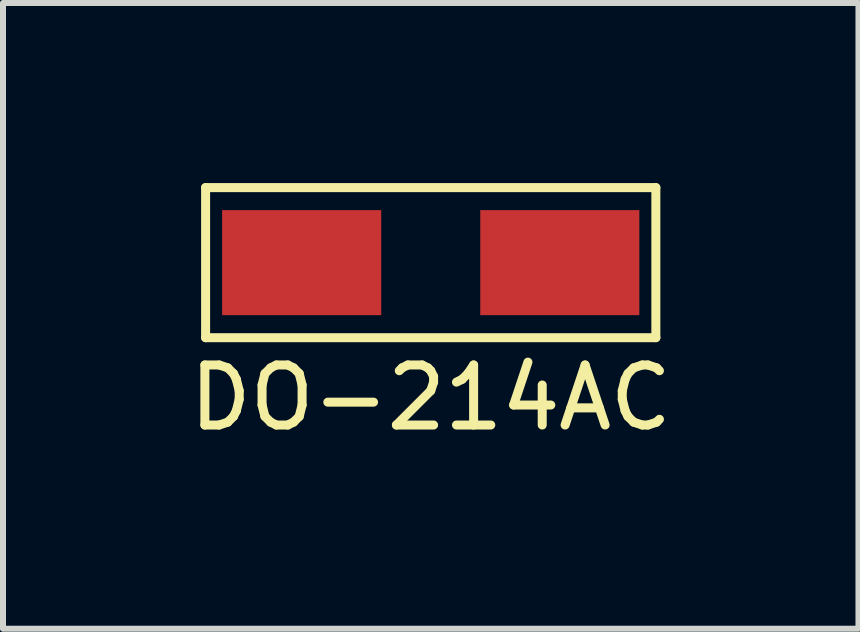
<source format=kicad_pcb>
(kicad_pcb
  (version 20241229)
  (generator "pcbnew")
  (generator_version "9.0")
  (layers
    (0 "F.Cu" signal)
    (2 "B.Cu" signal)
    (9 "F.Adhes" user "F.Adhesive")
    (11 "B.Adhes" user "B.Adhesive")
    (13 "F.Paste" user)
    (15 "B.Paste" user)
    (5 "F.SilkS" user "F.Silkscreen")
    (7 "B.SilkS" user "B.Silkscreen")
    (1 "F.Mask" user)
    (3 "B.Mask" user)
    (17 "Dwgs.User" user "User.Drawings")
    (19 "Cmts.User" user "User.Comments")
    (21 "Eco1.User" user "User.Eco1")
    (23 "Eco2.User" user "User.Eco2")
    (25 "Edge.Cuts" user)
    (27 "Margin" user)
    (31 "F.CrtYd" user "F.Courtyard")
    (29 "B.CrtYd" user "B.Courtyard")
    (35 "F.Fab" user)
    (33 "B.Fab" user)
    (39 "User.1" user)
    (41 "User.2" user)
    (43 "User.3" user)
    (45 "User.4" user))
  (footprint "DO-214AC"
    (layer "F.Cu")
    (at 4.125 1.325)
    (property "Reference" "DO-214AC" (at 0 2.25 0) (layer "F.SilkS") (effects (font (size 1 1) (thickness 0.15))))
    (attr through_hole)
    (fp_line (start -3.75 -1.25) (end 3.75 -1.25) (stroke (width 0.15) (type solid)) (layer "F.SilkS"))
    (fp_line (start -3.75 1.25) (end -3.75 -1.25) (stroke (width 0.15) (type solid)) (layer "F.SilkS"))
    (fp_line (start 3.75 -1.25) (end 3.75 1.25) (stroke (width 0.15) (type solid)) (layer "F.SilkS"))
    (fp_line (start 3.75 1.25) (end -3.75 1.25) (stroke (width 0.15) (type solid)) (layer "F.SilkS"))
    (pad "1" smd rect (at -2.15 0) (size 2.65 1.75) (layers "F.Cu" "F.Mask" "F.Paste"))
    (pad "2" smd rect (at 2.15 0) (size 2.65 1.75) (layers "F.Cu" "F.Mask" "F.Paste")))
  (gr_rect
    (start -3 -3)
    (end 11.25 7.423)
    (stroke (width 0.1) (type default))
    (fill no)
    (layer "Edge.Cuts")))
</source>
